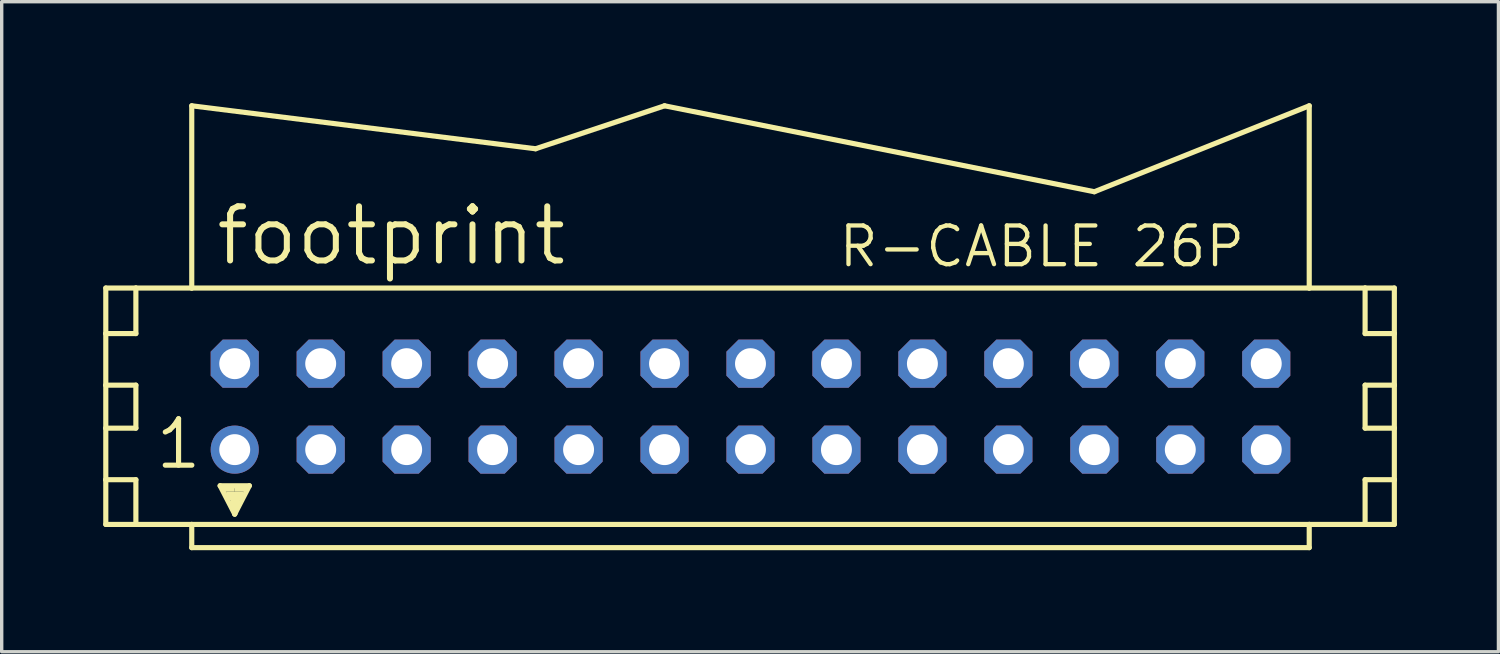
<source format=kicad_pcb>
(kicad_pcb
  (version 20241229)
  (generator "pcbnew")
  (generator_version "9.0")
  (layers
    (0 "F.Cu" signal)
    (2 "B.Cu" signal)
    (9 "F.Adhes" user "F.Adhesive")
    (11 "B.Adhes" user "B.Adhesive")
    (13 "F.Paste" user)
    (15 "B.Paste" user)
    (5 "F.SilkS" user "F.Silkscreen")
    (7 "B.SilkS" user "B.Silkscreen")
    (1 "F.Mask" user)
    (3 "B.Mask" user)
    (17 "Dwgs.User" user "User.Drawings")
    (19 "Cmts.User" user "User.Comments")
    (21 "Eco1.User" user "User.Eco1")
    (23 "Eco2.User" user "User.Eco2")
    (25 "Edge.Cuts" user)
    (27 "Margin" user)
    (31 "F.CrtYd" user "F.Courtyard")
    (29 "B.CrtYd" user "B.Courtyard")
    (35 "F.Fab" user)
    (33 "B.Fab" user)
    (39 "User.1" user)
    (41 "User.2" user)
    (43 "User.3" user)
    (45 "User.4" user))
  (footprint "footprint"
    (layer "F.Cu")
    (at 19.126 8.966)
    (property "Reference" "footprint" (at -15.875 -4.115 0) (layer "F.SilkS") (effects (font (size 1.6 1.6) (thickness 0.178)) (justify left bottom)))
    (fp_line (start -19.05 -3.505) (end -19.05 -2.159) (stroke (width 0.152) (type solid)) (layer "F.SilkS"))
    (fp_line (start -19.05 -2.159) (end -19.05 -0.635) (stroke (width 0.152) (type solid)) (layer "F.SilkS"))
    (fp_line (start -19.05 -2.159) (end -18.161 -2.159) (stroke (width 0.152) (type solid)) (layer "F.SilkS"))
    (fp_line (start -19.05 -0.635) (end -19.05 0.635) (stroke (width 0.152) (type solid)) (layer "F.SilkS"))
    (fp_line (start -19.05 -0.635) (end -18.161 -0.635) (stroke (width 0.152) (type solid)) (layer "F.SilkS"))
    (fp_line (start -19.05 0.635) (end -19.05 2.159) (stroke (width 0.152) (type solid)) (layer "F.SilkS"))
    (fp_line (start -19.05 0.635) (end -18.161 0.635) (stroke (width 0.152) (type solid)) (layer "F.SilkS"))
    (fp_line (start -19.05 2.159) (end -19.05 3.48) (stroke (width 0.152) (type solid)) (layer "F.SilkS"))
    (fp_line (start -19.05 2.159) (end -18.161 2.159) (stroke (width 0.152) (type solid)) (layer "F.SilkS"))
    (fp_line (start -19.05 3.48) (end -18.161 3.48) (stroke (width 0.152) (type solid)) (layer "F.SilkS"))
    (fp_line (start -18.161 -3.505) (end -19.05 -3.505) (stroke (width 0.152) (type solid)) (layer "F.SilkS"))
    (fp_line (start -18.161 -3.505) (end -18.161 -2.159) (stroke (width 0.152) (type solid)) (layer "F.SilkS"))
    (fp_line (start -18.161 -0.635) (end -18.161 0.635) (stroke (width 0.152) (type solid)) (layer "F.SilkS"))
    (fp_line (start -18.161 2.159) (end -18.161 3.48) (stroke (width 0.152) (type solid)) (layer "F.SilkS"))
    (fp_line (start -18.161 3.48) (end -16.51 3.48) (stroke (width 0.152) (type solid)) (layer "F.SilkS"))
    (fp_line (start -16.51 -8.89) (end -6.35 -7.62) (stroke (width 0.152) (type solid)) (layer "F.SilkS"))
    (fp_line (start -16.51 -3.505) (end -18.161 -3.505) (stroke (width 0.152) (type solid)) (layer "F.SilkS"))
    (fp_line (start -16.51 -3.505) (end -16.51 -8.89) (stroke (width 0.152) (type solid)) (layer "F.SilkS"))
    (fp_line (start -16.51 3.48) (end -16.51 4.166) (stroke (width 0.152) (type solid)) (layer "F.SilkS"))
    (fp_line (start -16.51 3.48) (end 16.51 3.48) (stroke (width 0.152) (type solid)) (layer "F.SilkS"))
    (fp_line (start -15.672 2.337) (end -14.808 2.337) (stroke (width 0.152) (type solid)) (layer "F.SilkS"))
    (fp_line (start -15.24 3.175) (end -15.672 2.337) (stroke (width 0.152) (type solid)) (layer "F.SilkS"))
    (fp_line (start -15.24 3.175) (end -15.24 2.921) (stroke (width 0.152) (type solid)) (layer "F.SilkS"))
    (fp_line (start -14.808 2.337) (end -15.24 3.175) (stroke (width 0.152) (type solid)) (layer "F.SilkS"))
    (fp_line (start -6.35 -7.62) (end -2.54 -8.89) (stroke (width 0.152) (type solid)) (layer "F.SilkS"))
    (fp_line (start -2.54 -8.89) (end 10.16 -6.35) (stroke (width 0.152) (type solid)) (layer "F.SilkS"))
    (fp_line (start 10.16 -6.35) (end 16.51 -8.89) (stroke (width 0.152) (type solid)) (layer "F.SilkS"))
    (fp_line (start 16.51 -3.505) (end -16.51 -3.505) (stroke (width 0.152) (type solid)) (layer "F.SilkS"))
    (fp_line (start 16.51 -3.505) (end 16.51 -8.89) (stroke (width 0.152) (type solid)) (layer "F.SilkS"))
    (fp_line (start 16.51 3.48) (end 16.51 4.166) (stroke (width 0.152) (type solid)) (layer "F.SilkS"))
    (fp_line (start 16.51 3.48) (end 18.161 3.48) (stroke (width 0.152) (type solid)) (layer "F.SilkS"))
    (fp_line (start 16.51 4.166) (end -16.51 4.166) (stroke (width 0.152) (type solid)) (layer "F.SilkS"))
    (fp_line (start 18.161 -3.505) (end 16.51 -3.505) (stroke (width 0.152) (type solid)) (layer "F.SilkS"))
    (fp_line (start 18.161 -3.505) (end 18.161 -2.159) (stroke (width 0.152) (type solid)) (layer "F.SilkS"))
    (fp_line (start 18.161 -2.159) (end 19.025 -2.159) (stroke (width 0.152) (type solid)) (layer "F.SilkS"))
    (fp_line (start 18.161 -0.635) (end 18.161 0.635) (stroke (width 0.152) (type solid)) (layer "F.SilkS"))
    (fp_line (start 18.161 -0.635) (end 19.025 -0.635) (stroke (width 0.152) (type solid)) (layer "F.SilkS"))
    (fp_line (start 18.161 0.635) (end 19.025 0.635) (stroke (width 0.152) (type solid)) (layer "F.SilkS"))
    (fp_line (start 18.161 2.159) (end 18.161 3.48) (stroke (width 0.152) (type solid)) (layer "F.SilkS"))
    (fp_line (start 18.161 2.159) (end 19.025 2.159) (stroke (width 0.152) (type solid)) (layer "F.SilkS"))
    (fp_line (start 18.161 3.48) (end 19.025 3.48) (stroke (width 0.152) (type solid)) (layer "F.SilkS"))
    (fp_line (start 19.025 -3.505) (end 18.161 -3.505) (stroke (width 0.152) (type solid)) (layer "F.SilkS"))
    (fp_line (start 19.025 -2.159) (end 19.025 -3.505) (stroke (width 0.152) (type solid)) (layer "F.SilkS"))
    (fp_line (start 19.025 -0.635) (end 19.025 -2.159) (stroke (width 0.152) (type solid)) (layer "F.SilkS"))
    (fp_line (start 19.025 0.635) (end 19.025 -0.635) (stroke (width 0.152) (type solid)) (layer "F.SilkS"))
    (fp_line (start 19.025 2.159) (end 19.025 0.635) (stroke (width 0.152) (type solid)) (layer "F.SilkS"))
    (fp_line (start 19.025 3.48) (end 19.025 2.159) (stroke (width 0.152) (type solid)) (layer "F.SilkS"))
    (fp_poly (pts (xy -15.621 2.515) (xy -15.24 2.515) (xy -15.24 2.388) (xy -15.621 2.388)) (stroke (width 0) (type solid)) (fill yes) (layer "F.SilkS"))
    (fp_poly (pts (xy -15.494 2.769) (xy -14.986 2.769) (xy -14.986 2.515) (xy -15.494 2.515)) (stroke (width 0) (type solid)) (fill yes) (layer "F.SilkS"))
    (fp_poly (pts (xy -15.367 2.972) (xy -15.113 2.972) (xy -15.113 2.718) (xy -15.367 2.718)) (stroke (width 0) (type solid)) (fill yes) (layer "F.SilkS"))
    (fp_poly (pts (xy -15.24 2.515) (xy -14.859 2.515) (xy -14.859 2.388) (xy -15.24 2.388)) (stroke (width 0) (type solid)) (fill yes) (layer "F.SilkS"))
    (fp_text user "1" (at -17.653 1.905 0) (layer "F.SilkS") (effects (font (size 1.372 1.372) (thickness 0.152)) (justify left bottom)))
    (fp_text user "R-CABLE 26P" (at 2.54 -4.064 0) (layer "F.SilkS") (effects (font (size 1.143 1.143) (thickness 0.127)) (justify left bottom)))
    (pad "1" thru_hole circle (at -15.24 1.27) (size 1.422 1.422) (drill 0.914) (layers "*.Cu" "*.Mask"))
    (pad "2" thru_hole roundrect (at -15.24 -1.27) (size 1.422 1.422) (drill 0.914) (layers "*.Cu" "*.Mask") (roundrect_rratio 0.25) (chamfer_ratio 0.25) (chamfer top_left top_right bottom_left bottom_right))
    (pad "3" thru_hole roundrect (at -12.7 1.27) (size 1.422 1.422) (drill 0.914) (layers "*.Cu" "*.Mask") (roundrect_rratio 0.25) (chamfer_ratio 0.25) (chamfer top_left top_right bottom_left bottom_right))
    (pad "4" thru_hole roundrect (at -12.7 -1.27) (size 1.422 1.422) (drill 0.914) (layers "*.Cu" "*.Mask") (roundrect_rratio 0.25) (chamfer_ratio 0.25) (chamfer top_left top_right bottom_left bottom_right))
    (pad "5" thru_hole roundrect (at -10.16 1.27) (size 1.422 1.422) (drill 0.914) (layers "*.Cu" "*.Mask") (roundrect_rratio 0.25) (chamfer_ratio 0.25) (chamfer top_left top_right bottom_left bottom_right))
    (pad "6" thru_hole roundrect (at -10.16 -1.27) (size 1.422 1.422) (drill 0.914) (layers "*.Cu" "*.Mask") (roundrect_rratio 0.25) (chamfer_ratio 0.25) (chamfer top_left top_right bottom_left bottom_right))
    (pad "7" thru_hole roundrect (at -7.62 1.27) (size 1.422 1.422) (drill 0.914) (layers "*.Cu" "*.Mask") (roundrect_rratio 0.25) (chamfer_ratio 0.25) (chamfer top_left top_right bottom_left bottom_right))
    (pad "8" thru_hole roundrect (at -7.62 -1.27) (size 1.422 1.422) (drill 0.914) (layers "*.Cu" "*.Mask") (roundrect_rratio 0.25) (chamfer_ratio 0.25) (chamfer top_left top_right bottom_left bottom_right))
    (pad "9" thru_hole roundrect (at -5.08 1.27) (size 1.422 1.422) (drill 0.914) (layers "*.Cu" "*.Mask") (roundrect_rratio 0.25) (chamfer_ratio 0.25) (chamfer top_left top_right bottom_left bottom_right))
    (pad "10" thru_hole roundrect (at -5.08 -1.27) (size 1.422 1.422) (drill 0.914) (layers "*.Cu" "*.Mask") (roundrect_rratio 0.25) (chamfer_ratio 0.25) (chamfer top_left top_right bottom_left bottom_right))
    (pad "11" thru_hole roundrect (at -2.54 1.27) (size 1.422 1.422) (drill 0.914) (layers "*.Cu" "*.Mask") (roundrect_rratio 0.25) (chamfer_ratio 0.25) (chamfer top_left top_right bottom_left bottom_right))
    (pad "12" thru_hole roundrect (at -2.54 -1.27) (size 1.422 1.422) (drill 0.914) (layers "*.Cu" "*.Mask") (roundrect_rratio 0.25) (chamfer_ratio 0.25) (chamfer top_left top_right bottom_left bottom_right))
    (pad "13" thru_hole roundrect (at 0 1.27) (size 1.422 1.422) (drill 0.914) (layers "*.Cu" "*.Mask") (roundrect_rratio 0.25) (chamfer_ratio 0.25) (chamfer top_left top_right bottom_left bottom_right))
    (pad "14" thru_hole roundrect (at 0 -1.27) (size 1.422 1.422) (drill 0.914) (layers "*.Cu" "*.Mask") (roundrect_rratio 0.25) (chamfer_ratio 0.25) (chamfer top_left top_right bottom_left bottom_right))
    (pad "15" thru_hole roundrect (at 2.54 1.27) (size 1.422 1.422) (drill 0.914) (layers "*.Cu" "*.Mask") (roundrect_rratio 0.25) (chamfer_ratio 0.25) (chamfer top_left top_right bottom_left bottom_right))
    (pad "16" thru_hole roundrect (at 2.54 -1.27) (size 1.422 1.422) (drill 0.914) (layers "*.Cu" "*.Mask") (roundrect_rratio 0.25) (chamfer_ratio 0.25) (chamfer top_left top_right bottom_left bottom_right))
    (pad "17" thru_hole roundrect (at 5.08 1.27) (size 1.422 1.422) (drill 0.914) (layers "*.Cu" "*.Mask") (roundrect_rratio 0.25) (chamfer_ratio 0.25) (chamfer top_left top_right bottom_left bottom_right))
    (pad "18" thru_hole roundrect (at 5.08 -1.27) (size 1.422 1.422) (drill 0.914) (layers "*.Cu" "*.Mask") (roundrect_rratio 0.25) (chamfer_ratio 0.25) (chamfer top_left top_right bottom_left bottom_right))
    (pad "19" thru_hole roundrect (at 7.62 1.27) (size 1.422 1.422) (drill 0.914) (layers "*.Cu" "*.Mask") (roundrect_rratio 0.25) (chamfer_ratio 0.25) (chamfer top_left top_right bottom_left bottom_right))
    (pad "20" thru_hole roundrect (at 7.62 -1.27) (size 1.422 1.422) (drill 0.914) (layers "*.Cu" "*.Mask") (roundrect_rratio 0.25) (chamfer_ratio 0.25) (chamfer top_left top_right bottom_left bottom_right))
    (pad "21" thru_hole roundrect (at 10.16 1.27) (size 1.422 1.422) (drill 0.914) (layers "*.Cu" "*.Mask") (roundrect_rratio 0.25) (chamfer_ratio 0.25) (chamfer top_left top_right bottom_left bottom_right))
    (pad "22" thru_hole roundrect (at 10.16 -1.27) (size 1.422 1.422) (drill 0.914) (layers "*.Cu" "*.Mask") (roundrect_rratio 0.25) (chamfer_ratio 0.25) (chamfer top_left top_right bottom_left bottom_right))
    (pad "23" thru_hole roundrect (at 12.7 1.27) (size 1.422 1.422) (drill 0.914) (layers "*.Cu" "*.Mask") (roundrect_rratio 0.25) (chamfer_ratio 0.25) (chamfer top_left top_right bottom_left bottom_right))
    (pad "24" thru_hole roundrect (at 12.7 -1.27) (size 1.422 1.422) (drill 0.914) (layers "*.Cu" "*.Mask") (roundrect_rratio 0.25) (chamfer_ratio 0.25) (chamfer top_left top_right bottom_left bottom_right))
    (pad "25" thru_hole roundrect (at 15.24 1.27) (size 1.422 1.422) (drill 0.914) (layers "*.Cu" "*.Mask") (roundrect_rratio 0.25) (chamfer_ratio 0.25) (chamfer top_left top_right bottom_left bottom_right))
    (pad "26" thru_hole roundrect (at 15.24 -1.27) (size 1.422 1.422) (drill 0.914) (layers "*.Cu" "*.Mask") (roundrect_rratio 0.25) (chamfer_ratio 0.25) (chamfer top_left top_right bottom_left bottom_right)))
  (gr_rect
    (start -3 -3)
    (end 41.227 16.208)
    (stroke (width 0.1) (type default))
    (fill no)
    (layer "Edge.Cuts")))
</source>
